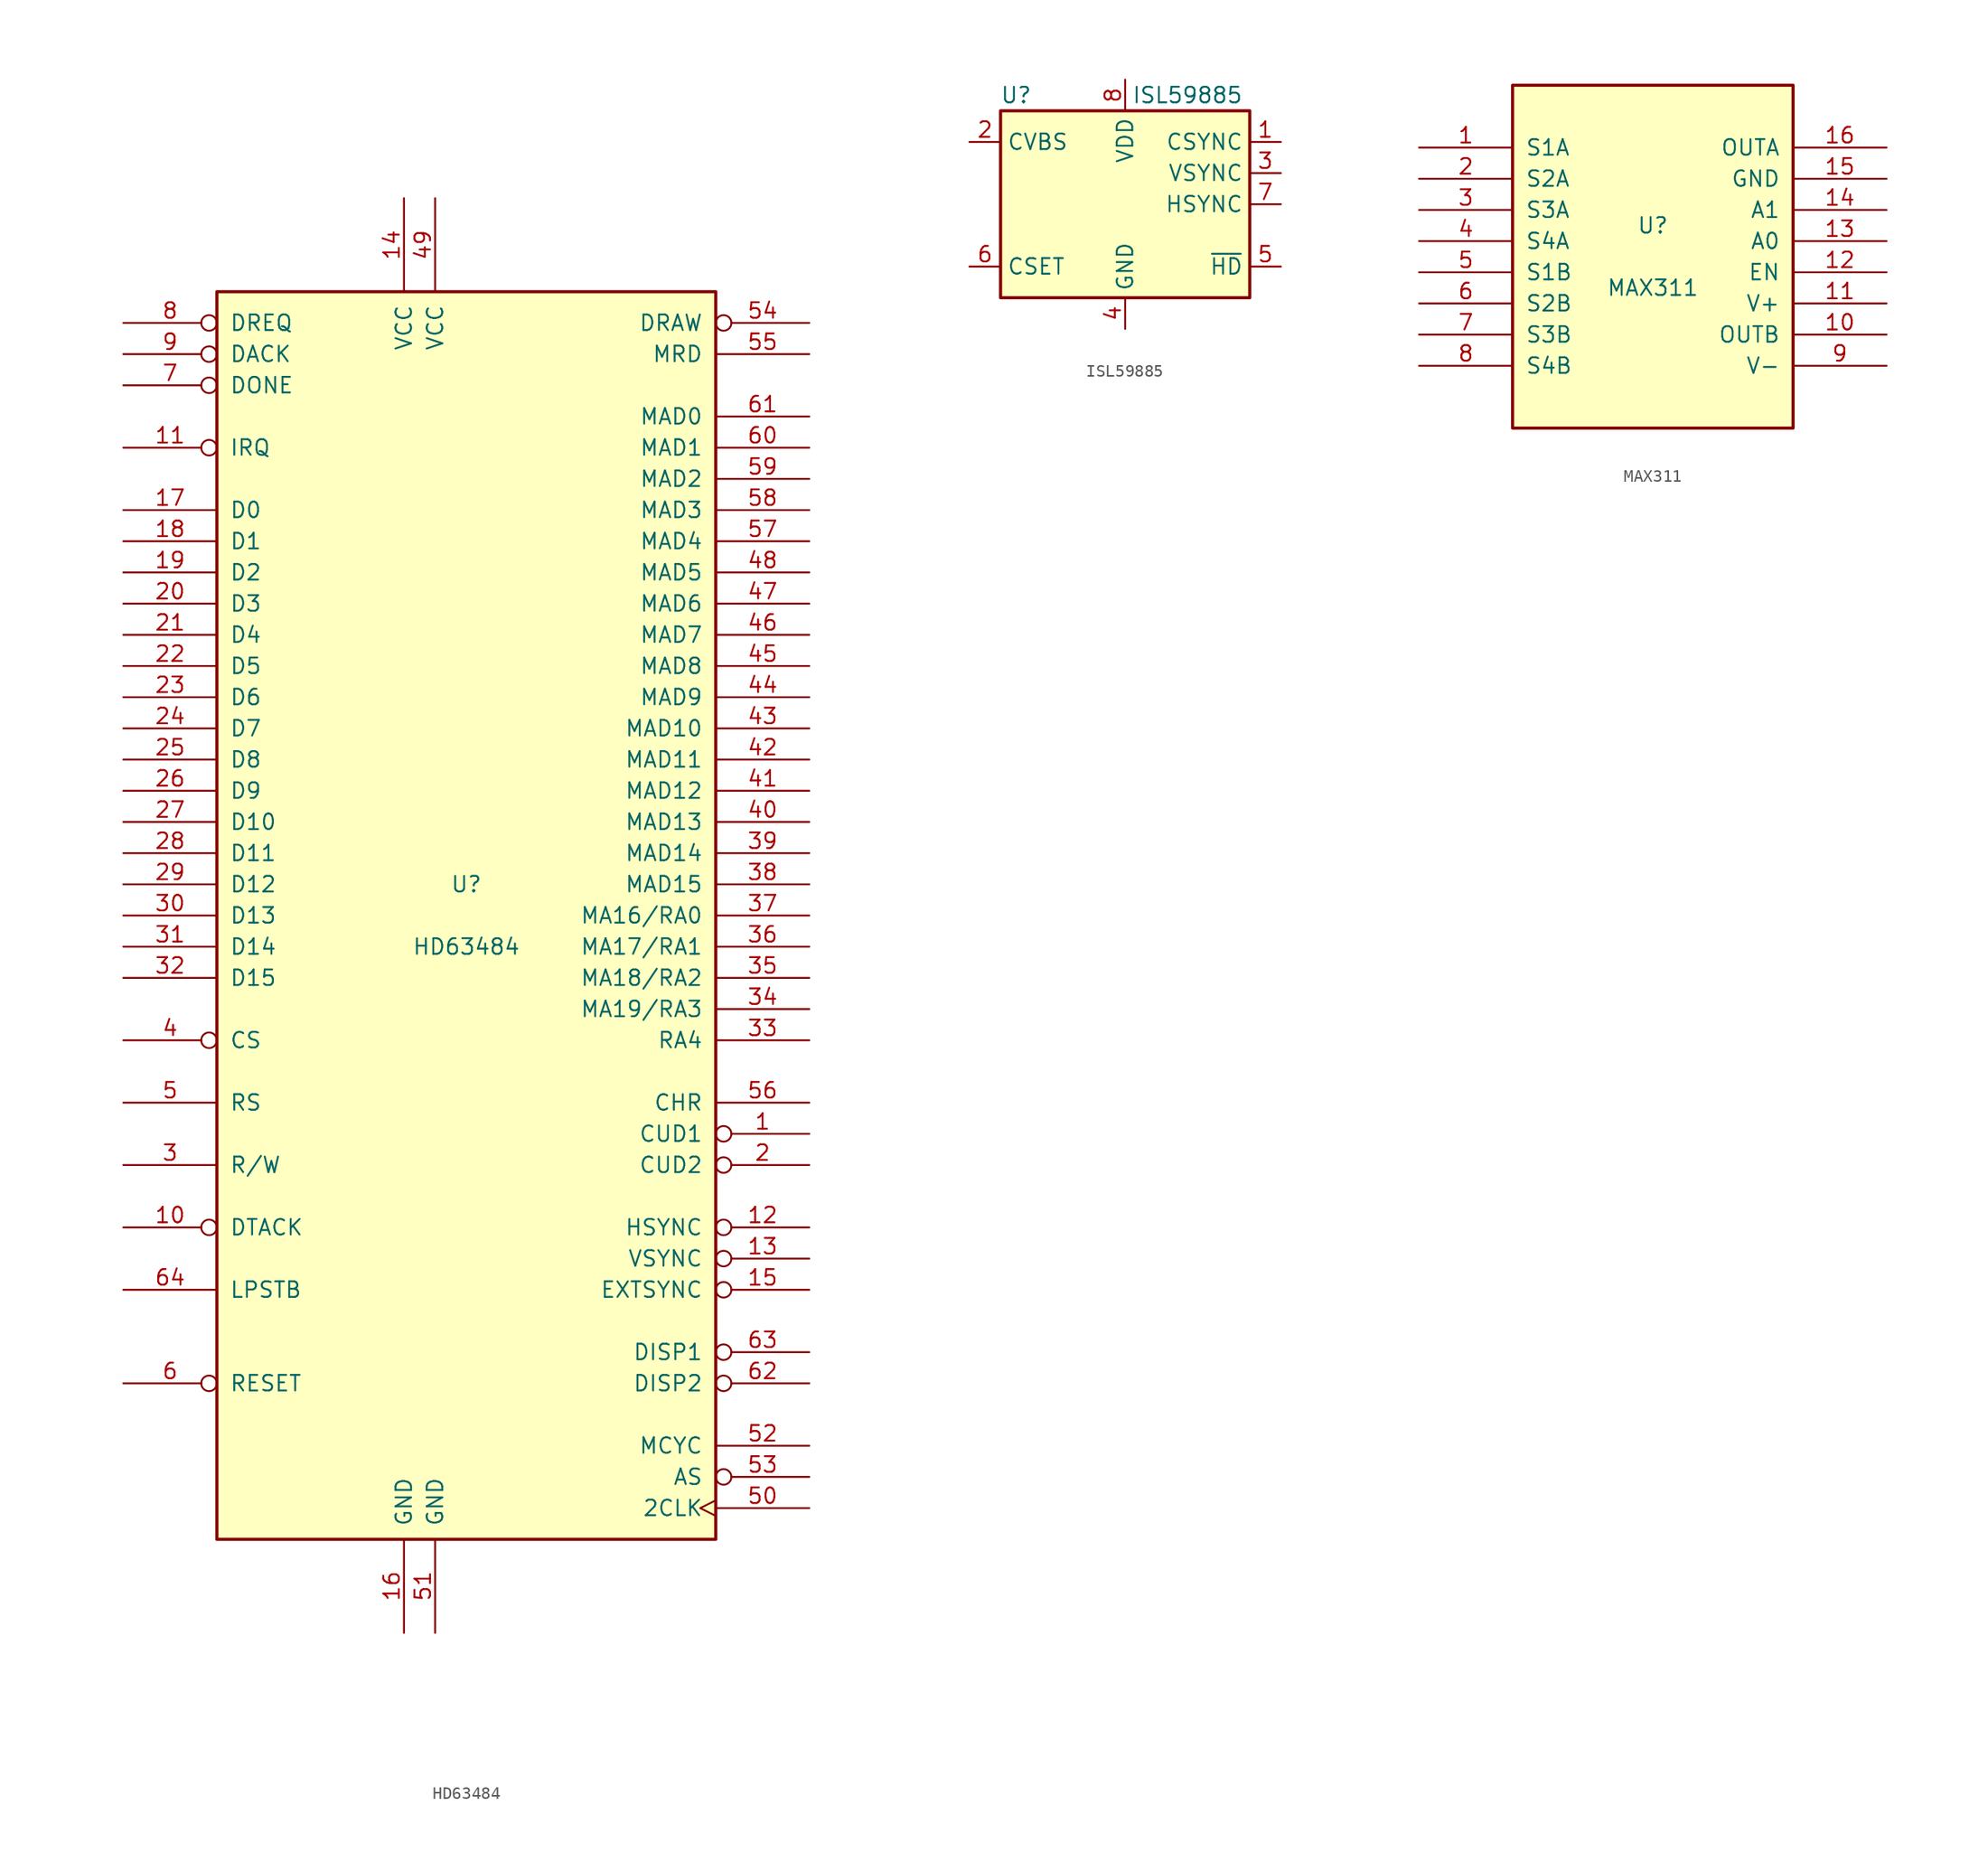
<source format=kicad_sym>
(kicad_symbol_lib
  (version 20231120)
  (generator "kicad_symbol_editor")
  (generator_version "8.0")
  (symbol "HD63484"
    (pin_names
      (offset 1.016))
    (property "Reference" "U"
      (at 0 2.54 0)
      (effects (font (size 1.27 1.27))))
    (property "Value" "HD63484"
      (at 0 -2.54 0)
      (effects (font (size 1.27 1.27))))
    (symbol "HD63484_0_1"
      (rectangle (start -20.32 -50.8) (end 20.32 50.8) (stroke (width 0.254) (type default)) (fill (type background))))
    (symbol "HD63484_1_1"
      (pin output inverted (at 27.94 -17.78 180) (length 7.62) (name "CUD1" (effects (font (size 1.27 1.27)))) (number "1" (effects (font (size 1.27 1.27)))))
      (pin output inverted (at -27.94 -25.4 0) (length 7.62) (name "DTACK" (effects (font (size 1.27 1.27)))) (number "10" (effects (font (size 1.27 1.27)))))
      (pin output inverted (at -27.94 38.1 0) (length 7.62) (name "IRQ" (effects (font (size 1.27 1.27)))) (number "11" (effects (font (size 1.27 1.27)))))
      (pin output inverted (at 27.94 -25.4 180) (length 7.62) (name "HSYNC" (effects (font (size 1.27 1.27)))) (number "12" (effects (font (size 1.27 1.27)))))
      (pin output inverted (at 27.94 -27.94 180) (length 7.62) (name "VSYNC" (effects (font (size 1.27 1.27)))) (number "13" (effects (font (size 1.27 1.27)))))
      (pin input line (at -5.08 58.42 270) (length 7.62) (name "VCC" (effects (font (size 1.27 1.27)))) (number "14" (effects (font (size 1.27 1.27)))))
      (pin input inverted (at 27.94 -30.48 180) (length 7.62) (name "EXTSYNC" (effects (font (size 1.27 1.27)))) (number "15" (effects (font (size 1.27 1.27)))))
      (pin input line (at -5.08 -58.42 90) (length 7.62) (name "GND" (effects (font (size 1.27 1.27)))) (number "16" (effects (font (size 1.27 1.27)))))
      (pin tri_state line (at -27.94 33.02 0) (length 7.62) (name "D0" (effects (font (size 1.27 1.27)))) (number "17" (effects (font (size 1.27 1.27)))))
      (pin tri_state line (at -27.94 30.48 0) (length 7.62) (name "D1" (effects (font (size 1.27 1.27)))) (number "18" (effects (font (size 1.27 1.27)))))
      (pin tri_state line (at -27.94 27.94 0) (length 7.62) (name "D2" (effects (font (size 1.27 1.27)))) (number "19" (effects (font (size 1.27 1.27)))))
      (pin output inverted (at 27.94 -20.32 180) (length 7.62) (name "CUD2" (effects (font (size 1.27 1.27)))) (number "2" (effects (font (size 1.27 1.27)))))
      (pin tri_state line (at -27.94 25.4 0) (length 7.62) (name "D3" (effects (font (size 1.27 1.27)))) (number "20" (effects (font (size 1.27 1.27)))))
      (pin tri_state line (at -27.94 22.86 0) (length 7.62) (name "D4" (effects (font (size 1.27 1.27)))) (number "21" (effects (font (size 1.27 1.27)))))
      (pin tri_state line (at -27.94 20.32 0) (length 7.62) (name "D5" (effects (font (size 1.27 1.27)))) (number "22" (effects (font (size 1.27 1.27)))))
      (pin tri_state line (at -27.94 17.78 0) (length 7.62) (name "D6" (effects (font (size 1.27 1.27)))) (number "23" (effects (font (size 1.27 1.27)))))
      (pin tri_state line (at -27.94 15.24 0) (length 7.62) (name "D7" (effects (font (size 1.27 1.27)))) (number "24" (effects (font (size 1.27 1.27)))))
      (pin tri_state line (at -27.94 12.7 0) (length 7.62) (name "D8" (effects (font (size 1.27 1.27)))) (number "25" (effects (font (size 1.27 1.27)))))
      (pin tri_state line (at -27.94 10.16 0) (length 7.62) (name "D9" (effects (font (size 1.27 1.27)))) (number "26" (effects (font (size 1.27 1.27)))))
      (pin tri_state line (at -27.94 7.62 0) (length 7.62) (name "D10" (effects (font (size 1.27 1.27)))) (number "27" (effects (font (size 1.27 1.27)))))
      (pin tri_state line (at -27.94 5.08 0) (length 7.62) (name "D11" (effects (font (size 1.27 1.27)))) (number "28" (effects (font (size 1.27 1.27)))))
      (pin tri_state line (at -27.94 2.54 0) (length 7.62) (name "D12" (effects (font (size 1.27 1.27)))) (number "29" (effects (font (size 1.27 1.27)))))
      (pin input line (at -27.94 -20.32 0) (length 7.62) (name "R/W" (effects (font (size 1.27 1.27)))) (number "3" (effects (font (size 1.27 1.27)))))
      (pin tri_state line (at -27.94 0 0) (length 7.62) (name "D13" (effects (font (size 1.27 1.27)))) (number "30" (effects (font (size 1.27 1.27)))))
      (pin tri_state line (at -27.94 -2.54 0) (length 7.62) (name "D14" (effects (font (size 1.27 1.27)))) (number "31" (effects (font (size 1.27 1.27)))))
      (pin tri_state line (at -27.94 -5.08 0) (length 7.62) (name "D15" (effects (font (size 1.27 1.27)))) (number "32" (effects (font (size 1.27 1.27)))))
      (pin output line (at 27.94 -10.16 180) (length 7.62) (name "RA4" (effects (font (size 1.27 1.27)))) (number "33" (effects (font (size 1.27 1.27)))))
      (pin output line (at 27.94 -7.62 180) (length 7.62) (name "MA19/RA3" (effects (font (size 1.27 1.27)))) (number "34" (effects (font (size 1.27 1.27)))))
      (pin output line (at 27.94 -5.08 180) (length 7.62) (name "MA18/RA2" (effects (font (size 1.27 1.27)))) (number "35" (effects (font (size 1.27 1.27)))))
      (pin output line (at 27.94 -2.54 180) (length 7.62) (name "MA17/RA1" (effects (font (size 1.27 1.27)))) (number "36" (effects (font (size 1.27 1.27)))))
      (pin output line (at 27.94 0 180) (length 7.62) (name "MA16/RA0" (effects (font (size 1.27 1.27)))) (number "37" (effects (font (size 1.27 1.27)))))
      (pin tri_state line (at 27.94 2.54 180) (length 7.62) (name "MAD15" (effects (font (size 1.27 1.27)))) (number "38" (effects (font (size 1.27 1.27)))))
      (pin tri_state line (at 27.94 5.08 180) (length 7.62) (name "MAD14" (effects (font (size 1.27 1.27)))) (number "39" (effects (font (size 1.27 1.27)))))
      (pin input inverted (at -27.94 -10.16 0) (length 7.62) (name "CS" (effects (font (size 1.27 1.27)))) (number "4" (effects (font (size 1.27 1.27)))))
      (pin tri_state line (at 27.94 7.62 180) (length 7.62) (name "MAD13" (effects (font (size 1.27 1.27)))) (number "40" (effects (font (size 1.27 1.27)))))
      (pin tri_state line (at 27.94 10.16 180) (length 7.62) (name "MAD12" (effects (font (size 1.27 1.27)))) (number "41" (effects (font (size 1.27 1.27)))))
      (pin tri_state line (at 27.94 12.7 180) (length 7.62) (name "MAD11" (effects (font (size 1.27 1.27)))) (number "42" (effects (font (size 1.27 1.27)))))
      (pin tri_state line (at 27.94 15.24 180) (length 7.62) (name "MAD10" (effects (font (size 1.27 1.27)))) (number "43" (effects (font (size 1.27 1.27)))))
      (pin tri_state line (at 27.94 17.78 180) (length 7.62) (name "MAD9" (effects (font (size 1.27 1.27)))) (number "44" (effects (font (size 1.27 1.27)))))
      (pin tri_state line (at 27.94 20.32 180) (length 7.62) (name "MAD8" (effects (font (size 1.27 1.27)))) (number "45" (effects (font (size 1.27 1.27)))))
      (pin tri_state line (at 27.94 22.86 180) (length 7.62) (name "MAD7" (effects (font (size 1.27 1.27)))) (number "46" (effects (font (size 1.27 1.27)))))
      (pin tri_state line (at 27.94 25.4 180) (length 7.62) (name "MAD6" (effects (font (size 1.27 1.27)))) (number "47" (effects (font (size 1.27 1.27)))))
      (pin tri_state line (at 27.94 27.94 180) (length 7.62) (name "MAD5" (effects (font (size 1.27 1.27)))) (number "48" (effects (font (size 1.27 1.27)))))
      (pin input line (at -2.54 58.42 270) (length 7.62) (name "VCC" (effects (font (size 1.27 1.27)))) (number "49" (effects (font (size 1.27 1.27)))))
      (pin input line (at -27.94 -15.24 0) (length 7.62) (name "RS" (effects (font (size 1.27 1.27)))) (number "5" (effects (font (size 1.27 1.27)))))
      (pin input clock (at 27.94 -48.26 180) (length 7.62) (name "2CLK" (effects (font (size 1.27 1.27)))) (number "50" (effects (font (size 1.27 1.27)))))
      (pin input line (at -2.54 -58.42 90) (length 7.62) (name "GND" (effects (font (size 1.27 1.27)))) (number "51" (effects (font (size 1.27 1.27)))))
      (pin output line (at 27.94 -43.18 180) (length 7.62) (name "MCYC" (effects (font (size 1.27 1.27)))) (number "52" (effects (font (size 1.27 1.27)))))
      (pin output inverted (at 27.94 -45.72 180) (length 7.62) (name "AS" (effects (font (size 1.27 1.27)))) (number "53" (effects (font (size 1.27 1.27)))))
      (pin output inverted (at 27.94 48.26 180) (length 7.62) (name "DRAW" (effects (font (size 1.27 1.27)))) (number "54" (effects (font (size 1.27 1.27)))))
      (pin output line (at 27.94 45.72 180) (length 7.62) (name "MRD" (effects (font (size 1.27 1.27)))) (number "55" (effects (font (size 1.27 1.27)))))
      (pin output line (at 27.94 -15.24 180) (length 7.62) (name "CHR" (effects (font (size 1.27 1.27)))) (number "56" (effects (font (size 1.27 1.27)))))
      (pin tri_state line (at 27.94 30.48 180) (length 7.62) (name "MAD4" (effects (font (size 1.27 1.27)))) (number "57" (effects (font (size 1.27 1.27)))))
      (pin tri_state line (at 27.94 33.02 180) (length 7.62) (name "MAD3" (effects (font (size 1.27 1.27)))) (number "58" (effects (font (size 1.27 1.27)))))
      (pin tri_state line (at 27.94 35.56 180) (length 7.62) (name "MAD2" (effects (font (size 1.27 1.27)))) (number "59" (effects (font (size 1.27 1.27)))))
      (pin input inverted (at -27.94 -38.1 0) (length 7.62) (name "RESET" (effects (font (size 1.27 1.27)))) (number "6" (effects (font (size 1.27 1.27)))))
      (pin tri_state line (at 27.94 38.1 180) (length 7.62) (name "MAD1" (effects (font (size 1.27 1.27)))) (number "60" (effects (font (size 1.27 1.27)))))
      (pin tri_state line (at 27.94 40.64 180) (length 7.62) (name "MAD0" (effects (font (size 1.27 1.27)))) (number "61" (effects (font (size 1.27 1.27)))))
      (pin output inverted (at 27.94 -38.1 180) (length 7.62) (name "DISP2" (effects (font (size 1.27 1.27)))) (number "62" (effects (font (size 1.27 1.27)))))
      (pin output inverted (at 27.94 -35.56 180) (length 7.62) (name "DISP1" (effects (font (size 1.27 1.27)))) (number "63" (effects (font (size 1.27 1.27)))))
      (pin input line (at -27.94 -30.48 0) (length 7.62) (name "LPSTB" (effects (font (size 1.27 1.27)))) (number "64" (effects (font (size 1.27 1.27)))))
      (pin input inverted (at -27.94 43.18 0) (length 7.62) (name "DONE" (effects (font (size 1.27 1.27)))) (number "7" (effects (font (size 1.27 1.27)))))
      (pin output inverted (at -27.94 48.26 0) (length 7.62) (name "DREQ" (effects (font (size 1.27 1.27)))) (number "8" (effects (font (size 1.27 1.27)))))
      (pin input inverted (at -27.94 45.72 0) (length 7.62) (name "DACK" (effects (font (size 1.27 1.27)))) (number "9" (effects (font (size 1.27 1.27)))))))
  (symbol "ISL59885"
    (property "Reference" "U"
      (at -8.89 8.89 0)
      (effects (font (size 1.27 1.27))))
    (property "Value" "ISL59885"
      (at 5.08 8.89 0)
      (effects (font (size 1.27 1.27))))
    (symbol "ISL59885_0_1"
      (rectangle (start -10.16 7.62) (end 10.16 -7.62) (stroke (width 0.254) (type default)) (fill (type background))))
    (symbol "ISL59885_1_1"
      (pin output line (at 12.7 5.08 180) (length 2.54) (name "CSYNC" (effects (font (size 1.27 1.27)))) (number "1" (effects (font (size 1.27 1.27)))))
      (pin input line (at -12.7 5.08 0) (length 2.54) (name "CVBS" (effects (font (size 1.27 1.27)))) (number "2" (effects (font (size 1.27 1.27)))))
      (pin output line (at 12.7 2.54 180) (length 2.54) (name "VSYNC" (effects (font (size 1.27 1.27)))) (number "3" (effects (font (size 1.27 1.27)))))
      (pin power_in line (at 0 -10.16 90) (length 2.54) (name "GND" (effects (font (size 1.27 1.27)))) (number "4" (effects (font (size 1.27 1.27)))))
      (pin output line (at 12.7 -5.08 180) (length 2.54) (name "~{HD}" (effects (font (size 1.27 1.27)))) (number "5" (effects (font (size 1.27 1.27)))))
      (pin passive line (at -12.7 -5.08 0) (length 2.54) (name "CSET" (effects (font (size 1.27 1.27)))) (number "6" (effects (font (size 1.27 1.27)))))
      (pin output line (at 12.7 0 180) (length 2.54) (name "HSYNC" (effects (font (size 1.27 1.27)))) (number "7" (effects (font (size 1.27 1.27)))))
      (pin power_in line (at 0 10.16 270) (length 2.54) (name "VDD" (effects (font (size 1.27 1.27)))) (number "8" (effects (font (size 1.27 1.27)))))))
  (symbol "MAX311"
    (pin_names
      (offset 1.016))
    (property "Reference" "U"
      (at 0 2.54 0)
      (effects (font (size 1.27 1.27))))
    (property "Value" "MAX311"
      (at 0 -2.54 0)
      (effects (font (size 1.27 1.27))))
    (symbol "MAX311_0_1"
      (rectangle (start -11.43 -13.97) (end 11.43 13.97) (stroke (width 0.254) (type default)) (fill (type background))))
    (symbol "MAX311_1_1"
      (pin input line (at -19.05 8.89 0) (length 7.62) (name "S1A" (effects (font (size 1.27 1.27)))) (number "1" (effects (font (size 1.27 1.27)))))
      (pin input line (at 19.05 -6.35 180) (length 7.62) (name "OUTB" (effects (font (size 1.27 1.27)))) (number "10" (effects (font (size 1.27 1.27)))))
      (pin input line (at 19.05 -3.81 180) (length 7.62) (name "V+" (effects (font (size 1.27 1.27)))) (number "11" (effects (font (size 1.27 1.27)))))
      (pin input line (at 19.05 -1.27 180) (length 7.62) (name "EN" (effects (font (size 1.27 1.27)))) (number "12" (effects (font (size 1.27 1.27)))))
      (pin input line (at 19.05 1.27 180) (length 7.62) (name "A0" (effects (font (size 1.27 1.27)))) (number "13" (effects (font (size 1.27 1.27)))))
      (pin input line (at 19.05 3.81 180) (length 7.62) (name "A1" (effects (font (size 1.27 1.27)))) (number "14" (effects (font (size 1.27 1.27)))))
      (pin input line (at 19.05 6.35 180) (length 7.62) (name "GND" (effects (font (size 1.27 1.27)))) (number "15" (effects (font (size 1.27 1.27)))))
      (pin output line (at 19.05 8.89 180) (length 7.62) (name "OUTA" (effects (font (size 1.27 1.27)))) (number "16" (effects (font (size 1.27 1.27)))))
      (pin input line (at -19.05 6.35 0) (length 7.62) (name "S2A" (effects (font (size 1.27 1.27)))) (number "2" (effects (font (size 1.27 1.27)))))
      (pin input line (at -19.05 3.81 0) (length 7.62) (name "S3A" (effects (font (size 1.27 1.27)))) (number "3" (effects (font (size 1.27 1.27)))))
      (pin input line (at -19.05 1.27 0) (length 7.62) (name "S4A" (effects (font (size 1.27 1.27)))) (number "4" (effects (font (size 1.27 1.27)))))
      (pin input line (at -19.05 -1.27 0) (length 7.62) (name "S1B" (effects (font (size 1.27 1.27)))) (number "5" (effects (font (size 1.27 1.27)))))
      (pin input line (at -19.05 -3.81 0) (length 7.62) (name "S2B" (effects (font (size 1.27 1.27)))) (number "6" (effects (font (size 1.27 1.27)))))
      (pin input line (at -19.05 -6.35 0) (length 7.62) (name "S3B" (effects (font (size 1.27 1.27)))) (number "7" (effects (font (size 1.27 1.27)))))
      (pin input line (at -19.05 -8.89 0) (length 7.62) (name "S4B" (effects (font (size 1.27 1.27)))) (number "8" (effects (font (size 1.27 1.27)))))
      (pin input line (at 19.05 -8.89 180) (length 7.62) (name "V-" (effects (font (size 1.27 1.27)))) (number "9" (effects (font (size 1.27 1.27))))))))
</source>
